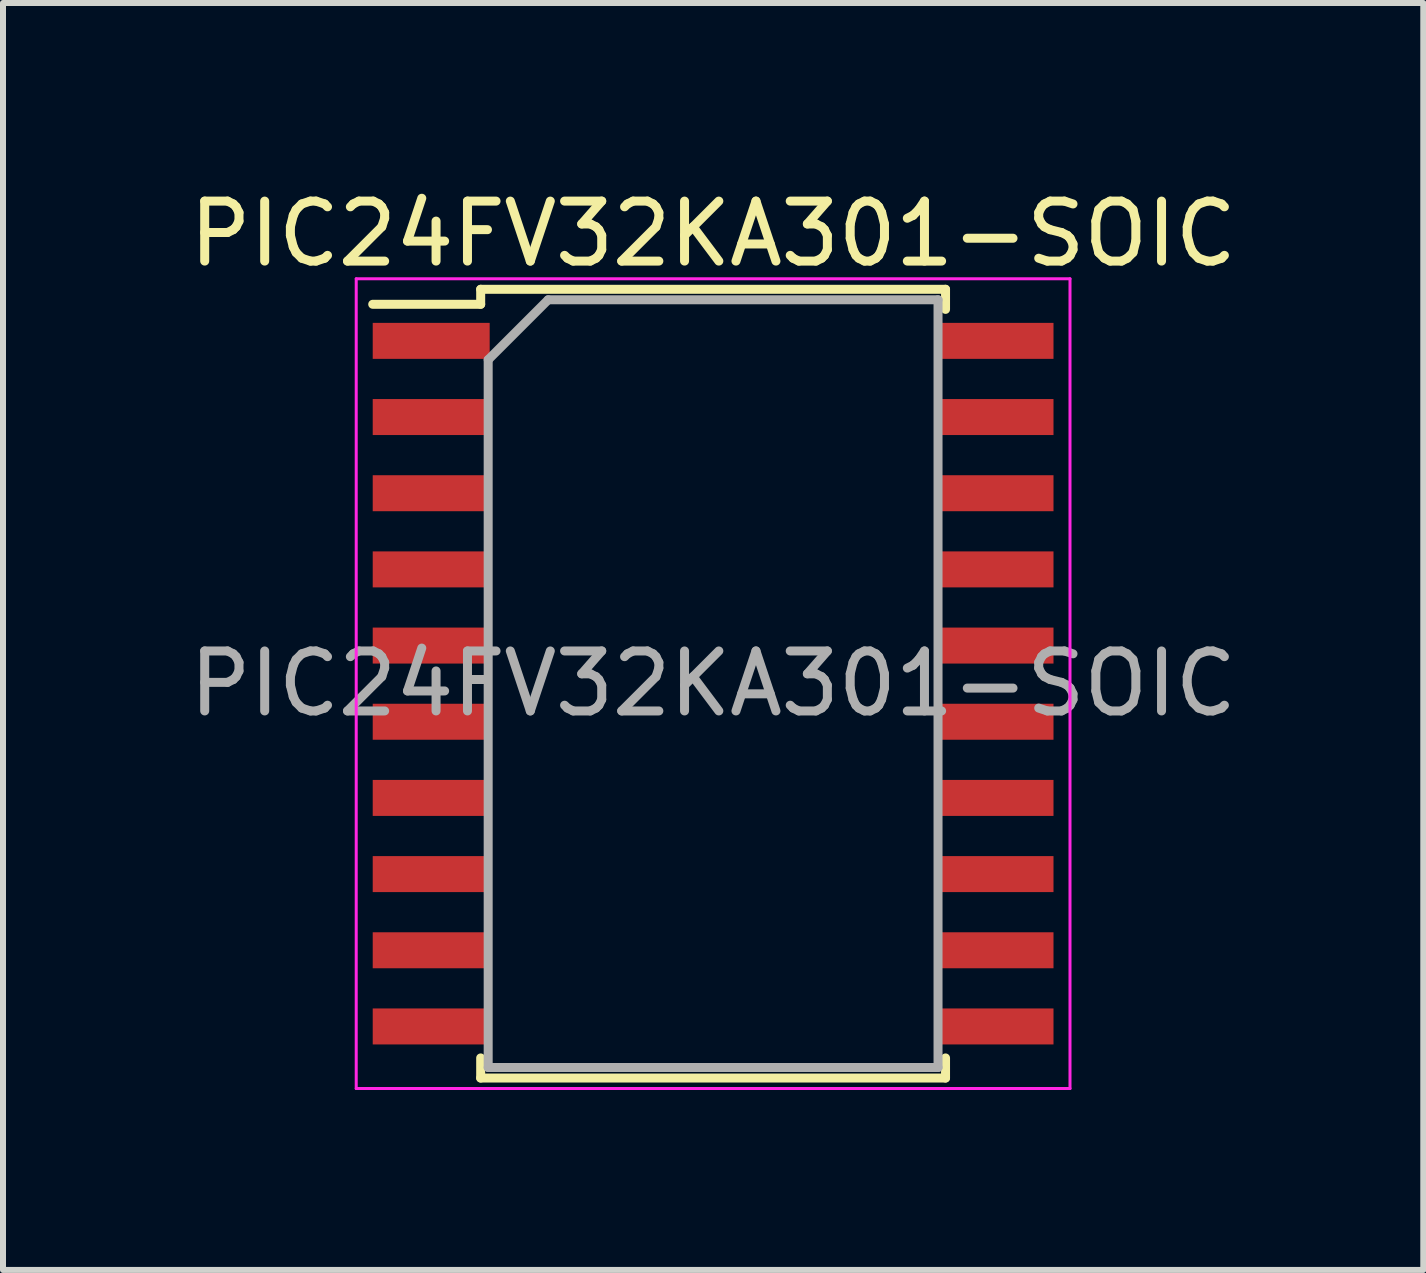
<source format=kicad_pcb>
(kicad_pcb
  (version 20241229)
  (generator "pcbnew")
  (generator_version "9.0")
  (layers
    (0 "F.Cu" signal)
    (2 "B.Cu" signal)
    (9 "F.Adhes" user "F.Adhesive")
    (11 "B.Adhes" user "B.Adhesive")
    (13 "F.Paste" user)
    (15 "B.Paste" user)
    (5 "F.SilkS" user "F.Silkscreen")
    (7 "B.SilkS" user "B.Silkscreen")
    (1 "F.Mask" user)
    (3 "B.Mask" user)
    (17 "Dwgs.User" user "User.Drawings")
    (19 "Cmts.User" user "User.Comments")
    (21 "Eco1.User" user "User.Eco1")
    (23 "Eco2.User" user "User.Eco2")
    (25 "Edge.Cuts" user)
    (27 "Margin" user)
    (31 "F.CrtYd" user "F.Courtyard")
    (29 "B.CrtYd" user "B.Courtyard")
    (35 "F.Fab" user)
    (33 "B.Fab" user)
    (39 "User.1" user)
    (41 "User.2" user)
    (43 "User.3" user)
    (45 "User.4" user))
  (footprint "PIC24FV32KA301-SOIC"
    (layer "F.Cu")
    (at 8.839 8.348)
    (property "Reference" "PIC24FV32KA301-SOIC" (at 0 -7.5 0) (layer "F.SilkS") (effects (font (size 1 1) (thickness 0.15))))
    (attr smd)
    (fp_line (start -3.875 -6.575) (end -3.875 -6.325) (stroke (width 0.15) (type solid)) (layer "F.SilkS"))
    (fp_line (start -3.875 -6.575) (end 3.875 -6.575) (stroke (width 0.15) (type solid)) (layer "F.SilkS"))
    (fp_line (start -3.875 -6.325) (end -5.675 -6.325) (stroke (width 0.15) (type solid)) (layer "F.SilkS"))
    (fp_line (start -3.875 6.575) (end -3.875 6.24) (stroke (width 0.15) (type solid)) (layer "F.SilkS"))
    (fp_line (start -3.875 6.575) (end 3.875 6.575) (stroke (width 0.15) (type solid)) (layer "F.SilkS"))
    (fp_line (start 3.875 -6.575) (end 3.875 -6.24) (stroke (width 0.15) (type solid)) (layer "F.SilkS"))
    (fp_line (start 3.875 6.575) (end 3.875 6.24) (stroke (width 0.15) (type solid)) (layer "F.SilkS"))
    (fp_line (start -5.95 -6.75) (end -5.95 6.75) (stroke (width 0.05) (type solid)) (layer "F.CrtYd"))
    (fp_line (start -5.95 -6.75) (end 5.95 -6.75) (stroke (width 0.05) (type solid)) (layer "F.CrtYd"))
    (fp_line (start -5.95 6.75) (end 5.95 6.75) (stroke (width 0.05) (type solid)) (layer "F.CrtYd"))
    (fp_line (start 5.95 -6.75) (end 5.95 6.75) (stroke (width 0.05) (type solid)) (layer "F.CrtYd"))
    (fp_line (start -3.75 -5.4) (end -2.75 -6.4) (stroke (width 0.15) (type solid)) (layer "F.Fab"))
    (fp_line (start -3.75 6.4) (end -3.75 -5.4) (stroke (width 0.15) (type solid)) (layer "F.Fab"))
    (fp_line (start -2.75 -6.4) (end 3.75 -6.4) (stroke (width 0.15) (type solid)) (layer "F.Fab"))
    (fp_line (start 3.75 -6.4) (end 3.75 6.4) (stroke (width 0.15) (type solid)) (layer "F.Fab"))
    (fp_line (start 3.75 6.4) (end -3.75 6.4) (stroke (width 0.15) (type solid)) (layer "F.Fab"))
    (fp_text user "${REFERENCE}" (at 0 0 0) (layer "F.Fab") (effects (font (size 1 1) (thickness 0.15))))
    (pad "1" smd rect (at -4.7 -5.715) (size 1.95 0.6) (layers "F.Cu" "F.Mask" "F.Paste"))
    (pad "2" smd rect (at -4.7 -4.445) (size 1.95 0.6) (layers "F.Cu" "F.Mask" "F.Paste"))
    (pad "3" smd rect (at -4.7 -3.175) (size 1.95 0.6) (layers "F.Cu" "F.Mask" "F.Paste"))
    (pad "4" smd rect (at -4.7 -1.905) (size 1.95 0.6) (layers "F.Cu" "F.Mask" "F.Paste"))
    (pad "5" smd rect (at -4.7 -0.635) (size 1.95 0.6) (layers "F.Cu" "F.Mask" "F.Paste"))
    (pad "6" smd rect (at -4.7 0.635) (size 1.95 0.6) (layers "F.Cu" "F.Mask" "F.Paste"))
    (pad "7" smd rect (at -4.7 1.905) (size 1.95 0.6) (layers "F.Cu" "F.Mask" "F.Paste"))
    (pad "8" smd rect (at -4.7 3.175) (size 1.95 0.6) (layers "F.Cu" "F.Mask" "F.Paste"))
    (pad "9" smd rect (at -4.7 4.445) (size 1.95 0.6) (layers "F.Cu" "F.Mask" "F.Paste"))
    (pad "10" smd rect (at -4.7 5.715) (size 1.95 0.6) (layers "F.Cu" "F.Mask" "F.Paste"))
    (pad "11" smd rect (at 4.7 5.715) (size 1.95 0.6) (layers "F.Cu" "F.Mask" "F.Paste"))
    (pad "12" smd rect (at 4.7 4.445) (size 1.95 0.6) (layers "F.Cu" "F.Mask" "F.Paste"))
    (pad "13" smd rect (at 4.7 3.175) (size 1.95 0.6) (layers "F.Cu" "F.Mask" "F.Paste"))
    (pad "14" smd rect (at 4.7 1.905) (size 1.95 0.6) (layers "F.Cu" "F.Mask" "F.Paste"))
    (pad "15" smd rect (at 4.7 0.635) (size 1.95 0.6) (layers "F.Cu" "F.Mask" "F.Paste"))
    (pad "16" smd rect (at 4.7 -0.635) (size 1.95 0.6) (layers "F.Cu" "F.Mask" "F.Paste"))
    (pad "17" smd rect (at 4.7 -1.905) (size 1.95 0.6) (layers "F.Cu" "F.Mask" "F.Paste"))
    (pad "18" smd rect (at 4.7 -3.175) (size 1.95 0.6) (layers "F.Cu" "F.Mask" "F.Paste"))
    (pad "19" smd rect (at 4.7 -4.445) (size 1.95 0.6) (layers "F.Cu" "F.Mask" "F.Paste"))
    (pad "20" smd rect (at 4.7 -5.715) (size 1.95 0.6) (layers "F.Cu" "F.Mask" "F.Paste")))
  (gr_rect
    (start -3 -3)
    (end 20.679 18.123)
    (stroke (width 0.1) (type default))
    (fill no)
    (layer "Edge.Cuts")))
</source>
